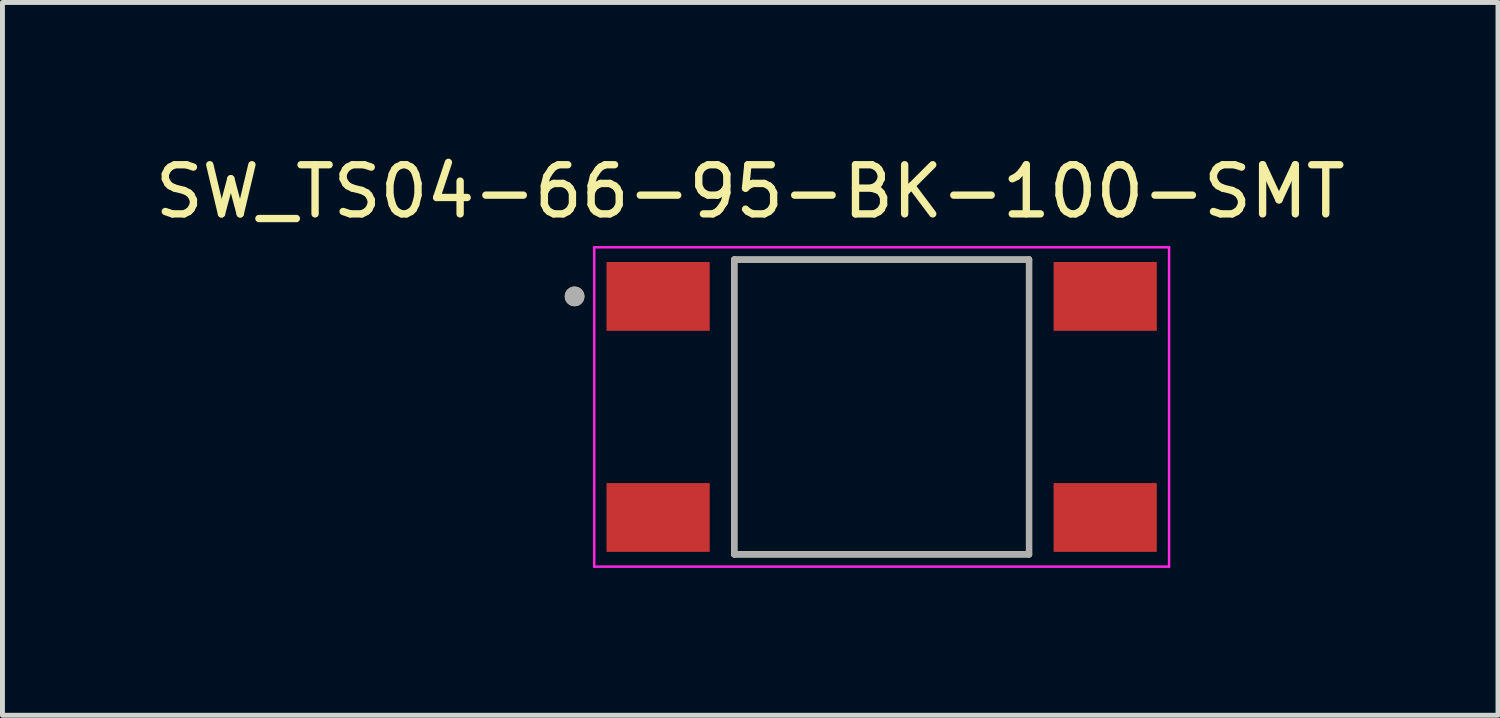
<source format=kicad_pcb>
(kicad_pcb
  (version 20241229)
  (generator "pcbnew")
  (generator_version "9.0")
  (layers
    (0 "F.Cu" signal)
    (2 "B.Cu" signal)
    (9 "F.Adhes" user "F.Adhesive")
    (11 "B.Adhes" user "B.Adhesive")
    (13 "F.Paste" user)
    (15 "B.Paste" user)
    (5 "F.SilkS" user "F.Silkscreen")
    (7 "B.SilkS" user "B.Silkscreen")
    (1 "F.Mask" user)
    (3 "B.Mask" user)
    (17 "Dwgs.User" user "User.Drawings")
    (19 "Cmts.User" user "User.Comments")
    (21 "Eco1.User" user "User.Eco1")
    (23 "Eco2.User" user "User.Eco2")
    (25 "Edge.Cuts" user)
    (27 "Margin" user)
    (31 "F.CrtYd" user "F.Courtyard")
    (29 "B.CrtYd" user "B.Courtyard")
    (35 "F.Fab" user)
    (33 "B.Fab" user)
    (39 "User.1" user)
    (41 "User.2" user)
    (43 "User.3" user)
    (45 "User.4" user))
  (footprint "SW_TS04-66-95-BK-100-SMT"
    (layer "F.Cu")
    (at 14.895 5.233)
    (property "Reference" "SW_TS04-66-95-BK-100-SMT" (at -2.675 -4.385 0) (layer "F.SilkS") (effects (font (size 1 1) (thickness 0.15))))
    (attr smd)
    (fp_line (start -3 -3) (end -3 3) (stroke (width 0.127) (type solid)) (layer "F.SilkS"))
    (fp_line (start -3 3) (end 3 3) (stroke (width 0.127) (type solid)) (layer "F.SilkS"))
    (fp_line (start 3 -3) (end -3 -3) (stroke (width 0.127) (type solid)) (layer "F.SilkS"))
    (fp_line (start 3 3) (end 3 -3) (stroke (width 0.127) (type solid)) (layer "F.SilkS"))
    (fp_circle (center -6.25 -2.25) (end -6.15 -2.25) (stroke (width 0.2) (type solid)) (fill no) (layer "F.SilkS"))
    (fp_line (start -5.85 -3.25) (end -5.85 3.25) (stroke (width 0.05) (type solid)) (layer "F.CrtYd"))
    (fp_line (start -5.85 3.25) (end 5.85 3.25) (stroke (width 0.05) (type solid)) (layer "F.CrtYd"))
    (fp_line (start 5.85 -3.25) (end -5.85 -3.25) (stroke (width 0.05) (type solid)) (layer "F.CrtYd"))
    (fp_line (start 5.85 3.25) (end 5.85 -3.25) (stroke (width 0.05) (type solid)) (layer "F.CrtYd"))
    (fp_line (start -3 -3) (end -3 3) (stroke (width 0.127) (type solid)) (layer "F.Fab"))
    (fp_line (start -3 3) (end 3 3) (stroke (width 0.127) (type solid)) (layer "F.Fab"))
    (fp_line (start 3 -3) (end -3 -3) (stroke (width 0.127) (type solid)) (layer "F.Fab"))
    (fp_line (start 3 3) (end 3 -3) (stroke (width 0.127) (type solid)) (layer "F.Fab"))
    (fp_circle (center -6.25 -2.25) (end -6.15 -2.25) (stroke (width 0.2) (type solid)) (fill no) (layer "F.Fab"))
    (pad "1" smd rect (at -4.55 -2.25) (size 2.1 1.4) (layers "F.Cu" "F.Mask" "F.Paste"))
    (pad "1" smd rect (at 4.55 -2.25) (size 2.1 1.4) (layers "F.Cu" "F.Mask" "F.Paste"))
    (pad "2" smd rect (at -4.55 2.25) (size 2.1 1.4) (layers "F.Cu" "F.Mask" "F.Paste"))
    (pad "2" smd rect (at 4.55 2.25) (size 2.1 1.4) (layers "F.Cu" "F.Mask" "F.Paste")))
  (gr_rect
    (start -3 -3)
    (end 27.44 11.508)
    (stroke (width 0.1) (type default))
    (fill no)
    (layer "Edge.Cuts")))
</source>
